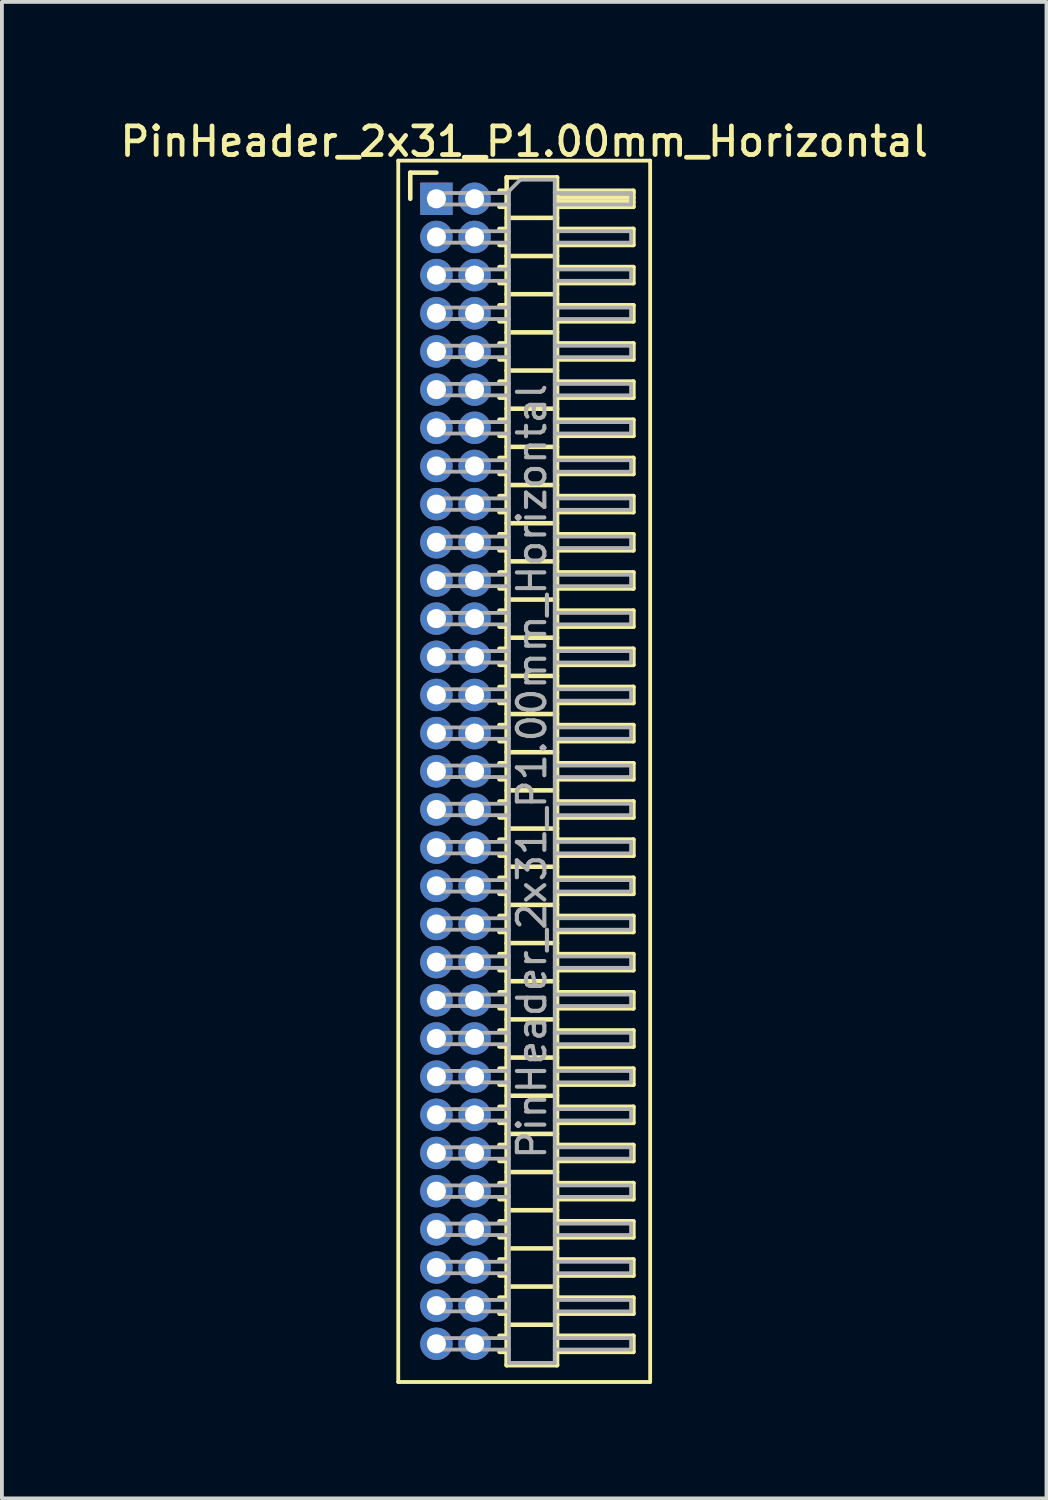
<source format=kicad_pcb>
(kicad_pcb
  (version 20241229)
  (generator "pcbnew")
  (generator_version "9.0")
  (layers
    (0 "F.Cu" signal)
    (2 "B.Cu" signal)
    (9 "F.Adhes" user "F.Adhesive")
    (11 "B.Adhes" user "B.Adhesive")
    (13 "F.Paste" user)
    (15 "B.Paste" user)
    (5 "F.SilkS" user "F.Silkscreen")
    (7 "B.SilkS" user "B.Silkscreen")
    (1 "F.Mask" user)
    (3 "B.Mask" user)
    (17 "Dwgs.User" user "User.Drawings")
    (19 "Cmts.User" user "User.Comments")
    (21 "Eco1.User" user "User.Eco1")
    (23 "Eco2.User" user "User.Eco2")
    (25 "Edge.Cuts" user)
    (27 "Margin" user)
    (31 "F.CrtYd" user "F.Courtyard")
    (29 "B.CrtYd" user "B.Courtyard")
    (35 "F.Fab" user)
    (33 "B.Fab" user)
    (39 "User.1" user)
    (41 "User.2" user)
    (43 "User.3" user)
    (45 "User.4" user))
  (footprint "PinHeader_2x31_P1.00mm_Horizontal"
    (layer "F.Cu")
    (at 8.384 2.158)
    (property "Reference" "PinHeader_2x31_P1.00mm_Horizontal" (at 2.3 -1.5 0) (layer "F.SilkS") (effects (font (size 0.75 0.75) (thickness 0.125))))
    (attr through_hole)
    (fp_line (start -1 -1) (end -1 31) (stroke (width 0.1) (type solid)) (layer "F.SilkS"))
    (fp_line (start -1 31) (end 5.6 31) (stroke (width 0.1) (type solid)) (layer "F.SilkS"))
    (fp_line (start -0.685 -0.685) (end 0 -0.685) (stroke (width 0.12) (type solid)) (layer "F.SilkS"))
    (fp_line (start -0.685 0) (end -0.685 -0.685) (stroke (width 0.12) (type solid)) (layer "F.SilkS"))
    (fp_line (start 1.652 -0.21) (end 1.84 -0.21) (stroke (width 0.12) (type solid)) (layer "F.SilkS"))
    (fp_line (start 1.652 0.21) (end 1.84 0.21) (stroke (width 0.12) (type solid)) (layer "F.SilkS"))
    (fp_line (start 1.652 0.79) (end 1.84 0.79) (stroke (width 0.12) (type solid)) (layer "F.SilkS"))
    (fp_line (start 1.652 1.21) (end 1.84 1.21) (stroke (width 0.12) (type solid)) (layer "F.SilkS"))
    (fp_line (start 1.652 1.79) (end 1.84 1.79) (stroke (width 0.12) (type solid)) (layer "F.SilkS"))
    (fp_line (start 1.652 2.21) (end 1.84 2.21) (stroke (width 0.12) (type solid)) (layer "F.SilkS"))
    (fp_line (start 1.652 2.79) (end 1.84 2.79) (stroke (width 0.12) (type solid)) (layer "F.SilkS"))
    (fp_line (start 1.652 3.21) (end 1.84 3.21) (stroke (width 0.12) (type solid)) (layer "F.SilkS"))
    (fp_line (start 1.652 3.79) (end 1.84 3.79) (stroke (width 0.12) (type solid)) (layer "F.SilkS"))
    (fp_line (start 1.652 4.21) (end 1.84 4.21) (stroke (width 0.12) (type solid)) (layer "F.SilkS"))
    (fp_line (start 1.652 4.79) (end 1.84 4.79) (stroke (width 0.12) (type solid)) (layer "F.SilkS"))
    (fp_line (start 1.652 5.21) (end 1.84 5.21) (stroke (width 0.12) (type solid)) (layer "F.SilkS"))
    (fp_line (start 1.652 5.79) (end 1.84 5.79) (stroke (width 0.12) (type solid)) (layer "F.SilkS"))
    (fp_line (start 1.652 6.21) (end 1.84 6.21) (stroke (width 0.12) (type solid)) (layer "F.SilkS"))
    (fp_line (start 1.652 6.79) (end 1.84 6.79) (stroke (width 0.12) (type solid)) (layer "F.SilkS"))
    (fp_line (start 1.652 7.21) (end 1.84 7.21) (stroke (width 0.12) (type solid)) (layer "F.SilkS"))
    (fp_line (start 1.652 7.79) (end 1.84 7.79) (stroke (width 0.12) (type solid)) (layer "F.SilkS"))
    (fp_line (start 1.652 8.21) (end 1.84 8.21) (stroke (width 0.12) (type solid)) (layer "F.SilkS"))
    (fp_line (start 1.652 8.79) (end 1.84 8.79) (stroke (width 0.12) (type solid)) (layer "F.SilkS"))
    (fp_line (start 1.652 9.21) (end 1.84 9.21) (stroke (width 0.12) (type solid)) (layer "F.SilkS"))
    (fp_line (start 1.652 9.79) (end 1.84 9.79) (stroke (width 0.12) (type solid)) (layer "F.SilkS"))
    (fp_line (start 1.652 10.21) (end 1.84 10.21) (stroke (width 0.12) (type solid)) (layer "F.SilkS"))
    (fp_line (start 1.652 10.79) (end 1.84 10.79) (stroke (width 0.12) (type solid)) (layer "F.SilkS"))
    (fp_line (start 1.652 11.21) (end 1.84 11.21) (stroke (width 0.12) (type solid)) (layer "F.SilkS"))
    (fp_line (start 1.652 11.79) (end 1.84 11.79) (stroke (width 0.12) (type solid)) (layer "F.SilkS"))
    (fp_line (start 1.652 12.21) (end 1.84 12.21) (stroke (width 0.12) (type solid)) (layer "F.SilkS"))
    (fp_line (start 1.652 12.79) (end 1.84 12.79) (stroke (width 0.12) (type solid)) (layer "F.SilkS"))
    (fp_line (start 1.652 13.21) (end 1.84 13.21) (stroke (width 0.12) (type solid)) (layer "F.SilkS"))
    (fp_line (start 1.652 13.79) (end 1.84 13.79) (stroke (width 0.12) (type solid)) (layer "F.SilkS"))
    (fp_line (start 1.652 14.21) (end 1.84 14.21) (stroke (width 0.12) (type solid)) (layer "F.SilkS"))
    (fp_line (start 1.652 14.79) (end 1.84 14.79) (stroke (width 0.12) (type solid)) (layer "F.SilkS"))
    (fp_line (start 1.652 15.21) (end 1.84 15.21) (stroke (width 0.12) (type solid)) (layer "F.SilkS"))
    (fp_line (start 1.652 15.79) (end 1.84 15.79) (stroke (width 0.12) (type solid)) (layer "F.SilkS"))
    (fp_line (start 1.652 16.21) (end 1.84 16.21) (stroke (width 0.12) (type solid)) (layer "F.SilkS"))
    (fp_line (start 1.652 16.79) (end 1.84 16.79) (stroke (width 0.12) (type solid)) (layer "F.SilkS"))
    (fp_line (start 1.652 17.21) (end 1.84 17.21) (stroke (width 0.12) (type solid)) (layer "F.SilkS"))
    (fp_line (start 1.652 17.79) (end 1.84 17.79) (stroke (width 0.12) (type solid)) (layer "F.SilkS"))
    (fp_line (start 1.652 18.21) (end 1.84 18.21) (stroke (width 0.12) (type solid)) (layer "F.SilkS"))
    (fp_line (start 1.652 18.79) (end 1.84 18.79) (stroke (width 0.12) (type solid)) (layer "F.SilkS"))
    (fp_line (start 1.652 19.21) (end 1.84 19.21) (stroke (width 0.12) (type solid)) (layer "F.SilkS"))
    (fp_line (start 1.652 19.79) (end 1.84 19.79) (stroke (width 0.12) (type solid)) (layer "F.SilkS"))
    (fp_line (start 1.652 20.21) (end 1.84 20.21) (stroke (width 0.12) (type solid)) (layer "F.SilkS"))
    (fp_line (start 1.652 20.79) (end 1.84 20.79) (stroke (width 0.12) (type solid)) (layer "F.SilkS"))
    (fp_line (start 1.652 21.21) (end 1.84 21.21) (stroke (width 0.12) (type solid)) (layer "F.SilkS"))
    (fp_line (start 1.652 21.79) (end 1.84 21.79) (stroke (width 0.12) (type solid)) (layer "F.SilkS"))
    (fp_line (start 1.652 22.21) (end 1.84 22.21) (stroke (width 0.12) (type solid)) (layer "F.SilkS"))
    (fp_line (start 1.652 22.79) (end 1.84 22.79) (stroke (width 0.12) (type solid)) (layer "F.SilkS"))
    (fp_line (start 1.652 23.21) (end 1.84 23.21) (stroke (width 0.12) (type solid)) (layer "F.SilkS"))
    (fp_line (start 1.652 23.79) (end 1.84 23.79) (stroke (width 0.12) (type solid)) (layer "F.SilkS"))
    (fp_line (start 1.652 24.21) (end 1.84 24.21) (stroke (width 0.12) (type solid)) (layer "F.SilkS"))
    (fp_line (start 1.652 24.79) (end 1.84 24.79) (stroke (width 0.12) (type solid)) (layer "F.SilkS"))
    (fp_line (start 1.652 25.21) (end 1.84 25.21) (stroke (width 0.12) (type solid)) (layer "F.SilkS"))
    (fp_line (start 1.652 25.79) (end 1.84 25.79) (stroke (width 0.12) (type solid)) (layer "F.SilkS"))
    (fp_line (start 1.652 26.21) (end 1.84 26.21) (stroke (width 0.12) (type solid)) (layer "F.SilkS"))
    (fp_line (start 1.652 26.79) (end 1.84 26.79) (stroke (width 0.12) (type solid)) (layer "F.SilkS"))
    (fp_line (start 1.652 27.21) (end 1.84 27.21) (stroke (width 0.12) (type solid)) (layer "F.SilkS"))
    (fp_line (start 1.652 27.79) (end 1.84 27.79) (stroke (width 0.12) (type solid)) (layer "F.SilkS"))
    (fp_line (start 1.652 28.21) (end 1.84 28.21) (stroke (width 0.12) (type solid)) (layer "F.SilkS"))
    (fp_line (start 1.652 28.79) (end 1.84 28.79) (stroke (width 0.12) (type solid)) (layer "F.SilkS"))
    (fp_line (start 1.652 29.21) (end 1.84 29.21) (stroke (width 0.12) (type solid)) (layer "F.SilkS"))
    (fp_line (start 1.652 29.79) (end 1.84 29.79) (stroke (width 0.12) (type solid)) (layer "F.SilkS"))
    (fp_line (start 1.652 30.21) (end 1.84 30.21) (stroke (width 0.12) (type solid)) (layer "F.SilkS"))
    (fp_line (start 1.84 -0.56) (end 1.84 30.56) (stroke (width 0.12) (type solid)) (layer "F.SilkS"))
    (fp_line (start 1.84 0.5) (end 3.16 0.5) (stroke (width 0.12) (type solid)) (layer "F.SilkS"))
    (fp_line (start 1.84 1.5) (end 3.16 1.5) (stroke (width 0.12) (type solid)) (layer "F.SilkS"))
    (fp_line (start 1.84 2.5) (end 3.16 2.5) (stroke (width 0.12) (type solid)) (layer "F.SilkS"))
    (fp_line (start 1.84 3.5) (end 3.16 3.5) (stroke (width 0.12) (type solid)) (layer "F.SilkS"))
    (fp_line (start 1.84 4.5) (end 3.16 4.5) (stroke (width 0.12) (type solid)) (layer "F.SilkS"))
    (fp_line (start 1.84 5.5) (end 3.16 5.5) (stroke (width 0.12) (type solid)) (layer "F.SilkS"))
    (fp_line (start 1.84 6.5) (end 3.16 6.5) (stroke (width 0.12) (type solid)) (layer "F.SilkS"))
    (fp_line (start 1.84 7.5) (end 3.16 7.5) (stroke (width 0.12) (type solid)) (layer "F.SilkS"))
    (fp_line (start 1.84 8.5) (end 3.16 8.5) (stroke (width 0.12) (type solid)) (layer "F.SilkS"))
    (fp_line (start 1.84 9.5) (end 3.16 9.5) (stroke (width 0.12) (type solid)) (layer "F.SilkS"))
    (fp_line (start 1.84 10.5) (end 3.16 10.5) (stroke (width 0.12) (type solid)) (layer "F.SilkS"))
    (fp_line (start 1.84 11.5) (end 3.16 11.5) (stroke (width 0.12) (type solid)) (layer "F.SilkS"))
    (fp_line (start 1.84 12.5) (end 3.16 12.5) (stroke (width 0.12) (type solid)) (layer "F.SilkS"))
    (fp_line (start 1.84 13.5) (end 3.16 13.5) (stroke (width 0.12) (type solid)) (layer "F.SilkS"))
    (fp_line (start 1.84 14.5) (end 3.16 14.5) (stroke (width 0.12) (type solid)) (layer "F.SilkS"))
    (fp_line (start 1.84 15.5) (end 3.16 15.5) (stroke (width 0.12) (type solid)) (layer "F.SilkS"))
    (fp_line (start 1.84 16.5) (end 3.16 16.5) (stroke (width 0.12) (type solid)) (layer "F.SilkS"))
    (fp_line (start 1.84 17.5) (end 3.16 17.5) (stroke (width 0.12) (type solid)) (layer "F.SilkS"))
    (fp_line (start 1.84 18.5) (end 3.16 18.5) (stroke (width 0.12) (type solid)) (layer "F.SilkS"))
    (fp_line (start 1.84 19.5) (end 3.16 19.5) (stroke (width 0.12) (type solid)) (layer "F.SilkS"))
    (fp_line (start 1.84 20.5) (end 3.16 20.5) (stroke (width 0.12) (type solid)) (layer "F.SilkS"))
    (fp_line (start 1.84 21.5) (end 3.16 21.5) (stroke (width 0.12) (type solid)) (layer "F.SilkS"))
    (fp_line (start 1.84 22.5) (end 3.16 22.5) (stroke (width 0.12) (type solid)) (layer "F.SilkS"))
    (fp_line (start 1.84 23.5) (end 3.16 23.5) (stroke (width 0.12) (type solid)) (layer "F.SilkS"))
    (fp_line (start 1.84 24.5) (end 3.16 24.5) (stroke (width 0.12) (type solid)) (layer "F.SilkS"))
    (fp_line (start 1.84 25.5) (end 3.16 25.5) (stroke (width 0.12) (type solid)) (layer "F.SilkS"))
    (fp_line (start 1.84 26.5) (end 3.16 26.5) (stroke (width 0.12) (type solid)) (layer "F.SilkS"))
    (fp_line (start 1.84 27.5) (end 3.16 27.5) (stroke (width 0.12) (type solid)) (layer "F.SilkS"))
    (fp_line (start 1.84 28.5) (end 3.16 28.5) (stroke (width 0.12) (type solid)) (layer "F.SilkS"))
    (fp_line (start 1.84 29.5) (end 3.16 29.5) (stroke (width 0.12) (type solid)) (layer "F.SilkS"))
    (fp_line (start 1.84 30.56) (end 3.16 30.56) (stroke (width 0.12) (type solid)) (layer "F.SilkS"))
    (fp_line (start 3.16 -0.56) (end 1.84 -0.56) (stroke (width 0.12) (type solid)) (layer "F.SilkS"))
    (fp_line (start 3.16 -0.21) (end 5.16 -0.21) (stroke (width 0.12) (type solid)) (layer "F.SilkS"))
    (fp_line (start 3.16 -0.15) (end 5.16 -0.15) (stroke (width 0.12) (type solid)) (layer "F.SilkS"))
    (fp_line (start 3.16 -0.03) (end 5.16 -0.03) (stroke (width 0.12) (type solid)) (layer "F.SilkS"))
    (fp_line (start 3.16 0.09) (end 5.16 0.09) (stroke (width 0.12) (type solid)) (layer "F.SilkS"))
    (fp_line (start 3.16 0.79) (end 5.16 0.79) (stroke (width 0.12) (type solid)) (layer "F.SilkS"))
    (fp_line (start 3.16 1.79) (end 5.16 1.79) (stroke (width 0.12) (type solid)) (layer "F.SilkS"))
    (fp_line (start 3.16 2.79) (end 5.16 2.79) (stroke (width 0.12) (type solid)) (layer "F.SilkS"))
    (fp_line (start 3.16 3.79) (end 5.16 3.79) (stroke (width 0.12) (type solid)) (layer "F.SilkS"))
    (fp_line (start 3.16 4.79) (end 5.16 4.79) (stroke (width 0.12) (type solid)) (layer "F.SilkS"))
    (fp_line (start 3.16 5.79) (end 5.16 5.79) (stroke (width 0.12) (type solid)) (layer "F.SilkS"))
    (fp_line (start 3.16 6.79) (end 5.16 6.79) (stroke (width 0.12) (type solid)) (layer "F.SilkS"))
    (fp_line (start 3.16 7.79) (end 5.16 7.79) (stroke (width 0.12) (type solid)) (layer "F.SilkS"))
    (fp_line (start 3.16 8.79) (end 5.16 8.79) (stroke (width 0.12) (type solid)) (layer "F.SilkS"))
    (fp_line (start 3.16 9.79) (end 5.16 9.79) (stroke (width 0.12) (type solid)) (layer "F.SilkS"))
    (fp_line (start 3.16 10.79) (end 5.16 10.79) (stroke (width 0.12) (type solid)) (layer "F.SilkS"))
    (fp_line (start 3.16 11.79) (end 5.16 11.79) (stroke (width 0.12) (type solid)) (layer "F.SilkS"))
    (fp_line (start 3.16 12.79) (end 5.16 12.79) (stroke (width 0.12) (type solid)) (layer "F.SilkS"))
    (fp_line (start 3.16 13.79) (end 5.16 13.79) (stroke (width 0.12) (type solid)) (layer "F.SilkS"))
    (fp_line (start 3.16 14.79) (end 5.16 14.79) (stroke (width 0.12) (type solid)) (layer "F.SilkS"))
    (fp_line (start 3.16 15.79) (end 5.16 15.79) (stroke (width 0.12) (type solid)) (layer "F.SilkS"))
    (fp_line (start 3.16 16.79) (end 5.16 16.79) (stroke (width 0.12) (type solid)) (layer "F.SilkS"))
    (fp_line (start 3.16 17.79) (end 5.16 17.79) (stroke (width 0.12) (type solid)) (layer "F.SilkS"))
    (fp_line (start 3.16 18.79) (end 5.16 18.79) (stroke (width 0.12) (type solid)) (layer "F.SilkS"))
    (fp_line (start 3.16 19.79) (end 5.16 19.79) (stroke (width 0.12) (type solid)) (layer "F.SilkS"))
    (fp_line (start 3.16 20.79) (end 5.16 20.79) (stroke (width 0.12) (type solid)) (layer "F.SilkS"))
    (fp_line (start 3.16 21.79) (end 5.16 21.79) (stroke (width 0.12) (type solid)) (layer "F.SilkS"))
    (fp_line (start 3.16 22.79) (end 5.16 22.79) (stroke (width 0.12) (type solid)) (layer "F.SilkS"))
    (fp_line (start 3.16 23.79) (end 5.16 23.79) (stroke (width 0.12) (type solid)) (layer "F.SilkS"))
    (fp_line (start 3.16 24.79) (end 5.16 24.79) (stroke (width 0.12) (type solid)) (layer "F.SilkS"))
    (fp_line (start 3.16 25.79) (end 5.16 25.79) (stroke (width 0.12) (type solid)) (layer "F.SilkS"))
    (fp_line (start 3.16 26.79) (end 5.16 26.79) (stroke (width 0.12) (type solid)) (layer "F.SilkS"))
    (fp_line (start 3.16 27.79) (end 5.16 27.79) (stroke (width 0.12) (type solid)) (layer "F.SilkS"))
    (fp_line (start 3.16 28.79) (end 5.16 28.79) (stroke (width 0.12) (type solid)) (layer "F.SilkS"))
    (fp_line (start 3.16 29.79) (end 5.16 29.79) (stroke (width 0.12) (type solid)) (layer "F.SilkS"))
    (fp_line (start 3.16 30.56) (end 3.16 -0.56) (stroke (width 0.12) (type solid)) (layer "F.SilkS"))
    (fp_line (start 5.16 -0.21) (end 5.16 0.21) (stroke (width 0.12) (type solid)) (layer "F.SilkS"))
    (fp_line (start 5.16 0.21) (end 3.16 0.21) (stroke (width 0.12) (type solid)) (layer "F.SilkS"))
    (fp_line (start 5.16 0.79) (end 5.16 1.21) (stroke (width 0.12) (type solid)) (layer "F.SilkS"))
    (fp_line (start 5.16 1.21) (end 3.16 1.21) (stroke (width 0.12) (type solid)) (layer "F.SilkS"))
    (fp_line (start 5.16 1.79) (end 5.16 2.21) (stroke (width 0.12) (type solid)) (layer "F.SilkS"))
    (fp_line (start 5.16 2.21) (end 3.16 2.21) (stroke (width 0.12) (type solid)) (layer "F.SilkS"))
    (fp_line (start 5.16 2.79) (end 5.16 3.21) (stroke (width 0.12) (type solid)) (layer "F.SilkS"))
    (fp_line (start 5.16 3.21) (end 3.16 3.21) (stroke (width 0.12) (type solid)) (layer "F.SilkS"))
    (fp_line (start 5.16 3.79) (end 5.16 4.21) (stroke (width 0.12) (type solid)) (layer "F.SilkS"))
    (fp_line (start 5.16 4.21) (end 3.16 4.21) (stroke (width 0.12) (type solid)) (layer "F.SilkS"))
    (fp_line (start 5.16 4.79) (end 5.16 5.21) (stroke (width 0.12) (type solid)) (layer "F.SilkS"))
    (fp_line (start 5.16 5.21) (end 3.16 5.21) (stroke (width 0.12) (type solid)) (layer "F.SilkS"))
    (fp_line (start 5.16 5.79) (end 5.16 6.21) (stroke (width 0.12) (type solid)) (layer "F.SilkS"))
    (fp_line (start 5.16 6.21) (end 3.16 6.21) (stroke (width 0.12) (type solid)) (layer "F.SilkS"))
    (fp_line (start 5.16 6.79) (end 5.16 7.21) (stroke (width 0.12) (type solid)) (layer "F.SilkS"))
    (fp_line (start 5.16 7.21) (end 3.16 7.21) (stroke (width 0.12) (type solid)) (layer "F.SilkS"))
    (fp_line (start 5.16 7.79) (end 5.16 8.21) (stroke (width 0.12) (type solid)) (layer "F.SilkS"))
    (fp_line (start 5.16 8.21) (end 3.16 8.21) (stroke (width 0.12) (type solid)) (layer "F.SilkS"))
    (fp_line (start 5.16 8.79) (end 5.16 9.21) (stroke (width 0.12) (type solid)) (layer "F.SilkS"))
    (fp_line (start 5.16 9.21) (end 3.16 9.21) (stroke (width 0.12) (type solid)) (layer "F.SilkS"))
    (fp_line (start 5.16 9.79) (end 5.16 10.21) (stroke (width 0.12) (type solid)) (layer "F.SilkS"))
    (fp_line (start 5.16 10.21) (end 3.16 10.21) (stroke (width 0.12) (type solid)) (layer "F.SilkS"))
    (fp_line (start 5.16 10.79) (end 5.16 11.21) (stroke (width 0.12) (type solid)) (layer "F.SilkS"))
    (fp_line (start 5.16 11.21) (end 3.16 11.21) (stroke (width 0.12) (type solid)) (layer "F.SilkS"))
    (fp_line (start 5.16 11.79) (end 5.16 12.21) (stroke (width 0.12) (type solid)) (layer "F.SilkS"))
    (fp_line (start 5.16 12.21) (end 3.16 12.21) (stroke (width 0.12) (type solid)) (layer "F.SilkS"))
    (fp_line (start 5.16 12.79) (end 5.16 13.21) (stroke (width 0.12) (type solid)) (layer "F.SilkS"))
    (fp_line (start 5.16 13.21) (end 3.16 13.21) (stroke (width 0.12) (type solid)) (layer "F.SilkS"))
    (fp_line (start 5.16 13.79) (end 5.16 14.21) (stroke (width 0.12) (type solid)) (layer "F.SilkS"))
    (fp_line (start 5.16 14.21) (end 3.16 14.21) (stroke (width 0.12) (type solid)) (layer "F.SilkS"))
    (fp_line (start 5.16 14.79) (end 5.16 15.21) (stroke (width 0.12) (type solid)) (layer "F.SilkS"))
    (fp_line (start 5.16 15.21) (end 3.16 15.21) (stroke (width 0.12) (type solid)) (layer "F.SilkS"))
    (fp_line (start 5.16 15.79) (end 5.16 16.21) (stroke (width 0.12) (type solid)) (layer "F.SilkS"))
    (fp_line (start 5.16 16.21) (end 3.16 16.21) (stroke (width 0.12) (type solid)) (layer "F.SilkS"))
    (fp_line (start 5.16 16.79) (end 5.16 17.21) (stroke (width 0.12) (type solid)) (layer "F.SilkS"))
    (fp_line (start 5.16 17.21) (end 3.16 17.21) (stroke (width 0.12) (type solid)) (layer "F.SilkS"))
    (fp_line (start 5.16 17.79) (end 5.16 18.21) (stroke (width 0.12) (type solid)) (layer "F.SilkS"))
    (fp_line (start 5.16 18.21) (end 3.16 18.21) (stroke (width 0.12) (type solid)) (layer "F.SilkS"))
    (fp_line (start 5.16 18.79) (end 5.16 19.21) (stroke (width 0.12) (type solid)) (layer "F.SilkS"))
    (fp_line (start 5.16 19.21) (end 3.16 19.21) (stroke (width 0.12) (type solid)) (layer "F.SilkS"))
    (fp_line (start 5.16 19.79) (end 5.16 20.21) (stroke (width 0.12) (type solid)) (layer "F.SilkS"))
    (fp_line (start 5.16 20.21) (end 3.16 20.21) (stroke (width 0.12) (type solid)) (layer "F.SilkS"))
    (fp_line (start 5.16 20.79) (end 5.16 21.21) (stroke (width 0.12) (type solid)) (layer "F.SilkS"))
    (fp_line (start 5.16 21.21) (end 3.16 21.21) (stroke (width 0.12) (type solid)) (layer "F.SilkS"))
    (fp_line (start 5.16 21.79) (end 5.16 22.21) (stroke (width 0.12) (type solid)) (layer "F.SilkS"))
    (fp_line (start 5.16 22.21) (end 3.16 22.21) (stroke (width 0.12) (type solid)) (layer "F.SilkS"))
    (fp_line (start 5.16 22.79) (end 5.16 23.21) (stroke (width 0.12) (type solid)) (layer "F.SilkS"))
    (fp_line (start 5.16 23.21) (end 3.16 23.21) (stroke (width 0.12) (type solid)) (layer "F.SilkS"))
    (fp_line (start 5.16 23.79) (end 5.16 24.21) (stroke (width 0.12) (type solid)) (layer "F.SilkS"))
    (fp_line (start 5.16 24.21) (end 3.16 24.21) (stroke (width 0.12) (type solid)) (layer "F.SilkS"))
    (fp_line (start 5.16 24.79) (end 5.16 25.21) (stroke (width 0.12) (type solid)) (layer "F.SilkS"))
    (fp_line (start 5.16 25.21) (end 3.16 25.21) (stroke (width 0.12) (type solid)) (layer "F.SilkS"))
    (fp_line (start 5.16 25.79) (end 5.16 26.21) (stroke (width 0.12) (type solid)) (layer "F.SilkS"))
    (fp_line (start 5.16 26.21) (end 3.16 26.21) (stroke (width 0.12) (type solid)) (layer "F.SilkS"))
    (fp_line (start 5.16 26.79) (end 5.16 27.21) (stroke (width 0.12) (type solid)) (layer "F.SilkS"))
    (fp_line (start 5.16 27.21) (end 3.16 27.21) (stroke (width 0.12) (type solid)) (layer "F.SilkS"))
    (fp_line (start 5.16 27.79) (end 5.16 28.21) (stroke (width 0.12) (type solid)) (layer "F.SilkS"))
    (fp_line (start 5.16 28.21) (end 3.16 28.21) (stroke (width 0.12) (type solid)) (layer "F.SilkS"))
    (fp_line (start 5.16 28.79) (end 5.16 29.21) (stroke (width 0.12) (type solid)) (layer "F.SilkS"))
    (fp_line (start 5.16 29.21) (end 3.16 29.21) (stroke (width 0.12) (type solid)) (layer "F.SilkS"))
    (fp_line (start 5.16 29.79) (end 5.16 30.21) (stroke (width 0.12) (type solid)) (layer "F.SilkS"))
    (fp_line (start 5.16 30.21) (end 3.16 30.21) (stroke (width 0.12) (type solid)) (layer "F.SilkS"))
    (fp_line (start 5.6 -1) (end -1 -1) (stroke (width 0.1) (type solid)) (layer "F.SilkS"))
    (fp_line (start 5.6 31) (end 5.6 -1) (stroke (width 0.1) (type solid)) (layer "F.SilkS"))
    (fp_line (start -0.15 -0.15) (end -0.15 0.15) (stroke (width 0.1) (type solid)) (layer "F.Fab"))
    (fp_line (start -0.15 -0.15) (end 1.9 -0.15) (stroke (width 0.1) (type solid)) (layer "F.Fab"))
    (fp_line (start -0.15 0.15) (end 1.9 0.15) (stroke (width 0.1) (type solid)) (layer "F.Fab"))
    (fp_line (start -0.15 0.85) (end -0.15 1.15) (stroke (width 0.1) (type solid)) (layer "F.Fab"))
    (fp_line (start -0.15 0.85) (end 1.9 0.85) (stroke (width 0.1) (type solid)) (layer "F.Fab"))
    (fp_line (start -0.15 1.15) (end 1.9 1.15) (stroke (width 0.1) (type solid)) (layer "F.Fab"))
    (fp_line (start -0.15 1.85) (end -0.15 2.15) (stroke (width 0.1) (type solid)) (layer "F.Fab"))
    (fp_line (start -0.15 1.85) (end 1.9 1.85) (stroke (width 0.1) (type solid)) (layer "F.Fab"))
    (fp_line (start -0.15 2.15) (end 1.9 2.15) (stroke (width 0.1) (type solid)) (layer "F.Fab"))
    (fp_line (start -0.15 2.85) (end -0.15 3.15) (stroke (width 0.1) (type solid)) (layer "F.Fab"))
    (fp_line (start -0.15 2.85) (end 1.9 2.85) (stroke (width 0.1) (type solid)) (layer "F.Fab"))
    (fp_line (start -0.15 3.15) (end 1.9 3.15) (stroke (width 0.1) (type solid)) (layer "F.Fab"))
    (fp_line (start -0.15 3.85) (end -0.15 4.15) (stroke (width 0.1) (type solid)) (layer "F.Fab"))
    (fp_line (start -0.15 3.85) (end 1.9 3.85) (stroke (width 0.1) (type solid)) (layer "F.Fab"))
    (fp_line (start -0.15 4.15) (end 1.9 4.15) (stroke (width 0.1) (type solid)) (layer "F.Fab"))
    (fp_line (start -0.15 4.85) (end -0.15 5.15) (stroke (width 0.1) (type solid)) (layer "F.Fab"))
    (fp_line (start -0.15 4.85) (end 1.9 4.85) (stroke (width 0.1) (type solid)) (layer "F.Fab"))
    (fp_line (start -0.15 5.15) (end 1.9 5.15) (stroke (width 0.1) (type solid)) (layer "F.Fab"))
    (fp_line (start -0.15 5.85) (end -0.15 6.15) (stroke (width 0.1) (type solid)) (layer "F.Fab"))
    (fp_line (start -0.15 5.85) (end 1.9 5.85) (stroke (width 0.1) (type solid)) (layer "F.Fab"))
    (fp_line (start -0.15 6.15) (end 1.9 6.15) (stroke (width 0.1) (type solid)) (layer "F.Fab"))
    (fp_line (start -0.15 6.85) (end -0.15 7.15) (stroke (width 0.1) (type solid)) (layer "F.Fab"))
    (fp_line (start -0.15 6.85) (end 1.9 6.85) (stroke (width 0.1) (type solid)) (layer "F.Fab"))
    (fp_line (start -0.15 7.15) (end 1.9 7.15) (stroke (width 0.1) (type solid)) (layer "F.Fab"))
    (fp_line (start -0.15 7.85) (end -0.15 8.15) (stroke (width 0.1) (type solid)) (layer "F.Fab"))
    (fp_line (start -0.15 7.85) (end 1.9 7.85) (stroke (width 0.1) (type solid)) (layer "F.Fab"))
    (fp_line (start -0.15 8.15) (end 1.9 8.15) (stroke (width 0.1) (type solid)) (layer "F.Fab"))
    (fp_line (start -0.15 8.85) (end -0.15 9.15) (stroke (width 0.1) (type solid)) (layer "F.Fab"))
    (fp_line (start -0.15 8.85) (end 1.9 8.85) (stroke (width 0.1) (type solid)) (layer "F.Fab"))
    (fp_line (start -0.15 9.15) (end 1.9 9.15) (stroke (width 0.1) (type solid)) (layer "F.Fab"))
    (fp_line (start -0.15 9.85) (end -0.15 10.15) (stroke (width 0.1) (type solid)) (layer "F.Fab"))
    (fp_line (start -0.15 9.85) (end 1.9 9.85) (stroke (width 0.1) (type solid)) (layer "F.Fab"))
    (fp_line (start -0.15 10.15) (end 1.9 10.15) (stroke (width 0.1) (type solid)) (layer "F.Fab"))
    (fp_line (start -0.15 10.85) (end -0.15 11.15) (stroke (width 0.1) (type solid)) (layer "F.Fab"))
    (fp_line (start -0.15 10.85) (end 1.9 10.85) (stroke (width 0.1) (type solid)) (layer "F.Fab"))
    (fp_line (start -0.15 11.15) (end 1.9 11.15) (stroke (width 0.1) (type solid)) (layer "F.Fab"))
    (fp_line (start -0.15 11.85) (end -0.15 12.15) (stroke (width 0.1) (type solid)) (layer "F.Fab"))
    (fp_line (start -0.15 11.85) (end 1.9 11.85) (stroke (width 0.1) (type solid)) (layer "F.Fab"))
    (fp_line (start -0.15 12.15) (end 1.9 12.15) (stroke (width 0.1) (type solid)) (layer "F.Fab"))
    (fp_line (start -0.15 12.85) (end -0.15 13.15) (stroke (width 0.1) (type solid)) (layer "F.Fab"))
    (fp_line (start -0.15 12.85) (end 1.9 12.85) (stroke (width 0.1) (type solid)) (layer "F.Fab"))
    (fp_line (start -0.15 13.15) (end 1.9 13.15) (stroke (width 0.1) (type solid)) (layer "F.Fab"))
    (fp_line (start -0.15 13.85) (end -0.15 14.15) (stroke (width 0.1) (type solid)) (layer "F.Fab"))
    (fp_line (start -0.15 13.85) (end 1.9 13.85) (stroke (width 0.1) (type solid)) (layer "F.Fab"))
    (fp_line (start -0.15 14.15) (end 1.9 14.15) (stroke (width 0.1) (type solid)) (layer "F.Fab"))
    (fp_line (start -0.15 14.85) (end -0.15 15.15) (stroke (width 0.1) (type solid)) (layer "F.Fab"))
    (fp_line (start -0.15 14.85) (end 1.9 14.85) (stroke (width 0.1) (type solid)) (layer "F.Fab"))
    (fp_line (start -0.15 15.15) (end 1.9 15.15) (stroke (width 0.1) (type solid)) (layer "F.Fab"))
    (fp_line (start -0.15 15.85) (end -0.15 16.15) (stroke (width 0.1) (type solid)) (layer "F.Fab"))
    (fp_line (start -0.15 15.85) (end 1.9 15.85) (stroke (width 0.1) (type solid)) (layer "F.Fab"))
    (fp_line (start -0.15 16.15) (end 1.9 16.15) (stroke (width 0.1) (type solid)) (layer "F.Fab"))
    (fp_line (start -0.15 16.85) (end -0.15 17.15) (stroke (width 0.1) (type solid)) (layer "F.Fab"))
    (fp_line (start -0.15 16.85) (end 1.9 16.85) (stroke (width 0.1) (type solid)) (layer "F.Fab"))
    (fp_line (start -0.15 17.15) (end 1.9 17.15) (stroke (width 0.1) (type solid)) (layer "F.Fab"))
    (fp_line (start -0.15 17.85) (end -0.15 18.15) (stroke (width 0.1) (type solid)) (layer "F.Fab"))
    (fp_line (start -0.15 17.85) (end 1.9 17.85) (stroke (width 0.1) (type solid)) (layer "F.Fab"))
    (fp_line (start -0.15 18.15) (end 1.9 18.15) (stroke (width 0.1) (type solid)) (layer "F.Fab"))
    (fp_line (start -0.15 18.85) (end -0.15 19.15) (stroke (width 0.1) (type solid)) (layer "F.Fab"))
    (fp_line (start -0.15 18.85) (end 1.9 18.85) (stroke (width 0.1) (type solid)) (layer "F.Fab"))
    (fp_line (start -0.15 19.15) (end 1.9 19.15) (stroke (width 0.1) (type solid)) (layer "F.Fab"))
    (fp_line (start -0.15 19.85) (end -0.15 20.15) (stroke (width 0.1) (type solid)) (layer "F.Fab"))
    (fp_line (start -0.15 19.85) (end 1.9 19.85) (stroke (width 0.1) (type solid)) (layer "F.Fab"))
    (fp_line (start -0.15 20.15) (end 1.9 20.15) (stroke (width 0.1) (type solid)) (layer "F.Fab"))
    (fp_line (start -0.15 20.85) (end -0.15 21.15) (stroke (width 0.1) (type solid)) (layer "F.Fab"))
    (fp_line (start -0.15 20.85) (end 1.9 20.85) (stroke (width 0.1) (type solid)) (layer "F.Fab"))
    (fp_line (start -0.15 21.15) (end 1.9 21.15) (stroke (width 0.1) (type solid)) (layer "F.Fab"))
    (fp_line (start -0.15 21.85) (end -0.15 22.15) (stroke (width 0.1) (type solid)) (layer "F.Fab"))
    (fp_line (start -0.15 21.85) (end 1.9 21.85) (stroke (width 0.1) (type solid)) (layer "F.Fab"))
    (fp_line (start -0.15 22.15) (end 1.9 22.15) (stroke (width 0.1) (type solid)) (layer "F.Fab"))
    (fp_line (start -0.15 22.85) (end -0.15 23.15) (stroke (width 0.1) (type solid)) (layer "F.Fab"))
    (fp_line (start -0.15 22.85) (end 1.9 22.85) (stroke (width 0.1) (type solid)) (layer "F.Fab"))
    (fp_line (start -0.15 23.15) (end 1.9 23.15) (stroke (width 0.1) (type solid)) (layer "F.Fab"))
    (fp_line (start -0.15 23.85) (end -0.15 24.15) (stroke (width 0.1) (type solid)) (layer "F.Fab"))
    (fp_line (start -0.15 23.85) (end 1.9 23.85) (stroke (width 0.1) (type solid)) (layer "F.Fab"))
    (fp_line (start -0.15 24.15) (end 1.9 24.15) (stroke (width 0.1) (type solid)) (layer "F.Fab"))
    (fp_line (start -0.15 24.85) (end -0.15 25.15) (stroke (width 0.1) (type solid)) (layer "F.Fab"))
    (fp_line (start -0.15 24.85) (end 1.9 24.85) (stroke (width 0.1) (type solid)) (layer "F.Fab"))
    (fp_line (start -0.15 25.15) (end 1.9 25.15) (stroke (width 0.1) (type solid)) (layer "F.Fab"))
    (fp_line (start -0.15 25.85) (end -0.15 26.15) (stroke (width 0.1) (type solid)) (layer "F.Fab"))
    (fp_line (start -0.15 25.85) (end 1.9 25.85) (stroke (width 0.1) (type solid)) (layer "F.Fab"))
    (fp_line (start -0.15 26.15) (end 1.9 26.15) (stroke (width 0.1) (type solid)) (layer "F.Fab"))
    (fp_line (start -0.15 26.85) (end -0.15 27.15) (stroke (width 0.1) (type solid)) (layer "F.Fab"))
    (fp_line (start -0.15 26.85) (end 1.9 26.85) (stroke (width 0.1) (type solid)) (layer "F.Fab"))
    (fp_line (start -0.15 27.15) (end 1.9 27.15) (stroke (width 0.1) (type solid)) (layer "F.Fab"))
    (fp_line (start -0.15 27.85) (end -0.15 28.15) (stroke (width 0.1) (type solid)) (layer "F.Fab"))
    (fp_line (start -0.15 27.85) (end 1.9 27.85) (stroke (width 0.1) (type solid)) (layer "F.Fab"))
    (fp_line (start -0.15 28.15) (end 1.9 28.15) (stroke (width 0.1) (type solid)) (layer "F.Fab"))
    (fp_line (start -0.15 28.85) (end -0.15 29.15) (stroke (width 0.1) (type solid)) (layer "F.Fab"))
    (fp_line (start -0.15 28.85) (end 1.9 28.85) (stroke (width 0.1) (type solid)) (layer "F.Fab"))
    (fp_line (start -0.15 29.15) (end 1.9 29.15) (stroke (width 0.1) (type solid)) (layer "F.Fab"))
    (fp_line (start -0.15 29.85) (end -0.15 30.15) (stroke (width 0.1) (type solid)) (layer "F.Fab"))
    (fp_line (start -0.15 29.85) (end 1.9 29.85) (stroke (width 0.1) (type solid)) (layer "F.Fab"))
    (fp_line (start -0.15 30.15) (end 1.9 30.15) (stroke (width 0.1) (type solid)) (layer "F.Fab"))
    (fp_line (start 1.9 -0.2) (end 2.2 -0.5) (stroke (width 0.1) (type solid)) (layer "F.Fab"))
    (fp_line (start 1.9 30.5) (end 1.9 -0.2) (stroke (width 0.1) (type solid)) (layer "F.Fab"))
    (fp_line (start 2.2 -0.5) (end 3.1 -0.5) (stroke (width 0.1) (type solid)) (layer "F.Fab"))
    (fp_line (start 3.1 -0.5) (end 3.1 30.5) (stroke (width 0.1) (type solid)) (layer "F.Fab"))
    (fp_line (start 3.1 -0.15) (end 5.1 -0.15) (stroke (width 0.1) (type solid)) (layer "F.Fab"))
    (fp_line (start 3.1 0.15) (end 5.1 0.15) (stroke (width 0.1) (type solid)) (layer "F.Fab"))
    (fp_line (start 3.1 0.85) (end 5.1 0.85) (stroke (width 0.1) (type solid)) (layer "F.Fab"))
    (fp_line (start 3.1 1.15) (end 5.1 1.15) (stroke (width 0.1) (type solid)) (layer "F.Fab"))
    (fp_line (start 3.1 1.85) (end 5.1 1.85) (stroke (width 0.1) (type solid)) (layer "F.Fab"))
    (fp_line (start 3.1 2.15) (end 5.1 2.15) (stroke (width 0.1) (type solid)) (layer "F.Fab"))
    (fp_line (start 3.1 2.85) (end 5.1 2.85) (stroke (width 0.1) (type solid)) (layer "F.Fab"))
    (fp_line (start 3.1 3.15) (end 5.1 3.15) (stroke (width 0.1) (type solid)) (layer "F.Fab"))
    (fp_line (start 3.1 3.85) (end 5.1 3.85) (stroke (width 0.1) (type solid)) (layer "F.Fab"))
    (fp_line (start 3.1 4.15) (end 5.1 4.15) (stroke (width 0.1) (type solid)) (layer "F.Fab"))
    (fp_line (start 3.1 4.85) (end 5.1 4.85) (stroke (width 0.1) (type solid)) (layer "F.Fab"))
    (fp_line (start 3.1 5.15) (end 5.1 5.15) (stroke (width 0.1) (type solid)) (layer "F.Fab"))
    (fp_line (start 3.1 5.85) (end 5.1 5.85) (stroke (width 0.1) (type solid)) (layer "F.Fab"))
    (fp_line (start 3.1 6.15) (end 5.1 6.15) (stroke (width 0.1) (type solid)) (layer "F.Fab"))
    (fp_line (start 3.1 6.85) (end 5.1 6.85) (stroke (width 0.1) (type solid)) (layer "F.Fab"))
    (fp_line (start 3.1 7.15) (end 5.1 7.15) (stroke (width 0.1) (type solid)) (layer "F.Fab"))
    (fp_line (start 3.1 7.85) (end 5.1 7.85) (stroke (width 0.1) (type solid)) (layer "F.Fab"))
    (fp_line (start 3.1 8.15) (end 5.1 8.15) (stroke (width 0.1) (type solid)) (layer "F.Fab"))
    (fp_line (start 3.1 8.85) (end 5.1 8.85) (stroke (width 0.1) (type solid)) (layer "F.Fab"))
    (fp_line (start 3.1 9.15) (end 5.1 9.15) (stroke (width 0.1) (type solid)) (layer "F.Fab"))
    (fp_line (start 3.1 9.85) (end 5.1 9.85) (stroke (width 0.1) (type solid)) (layer "F.Fab"))
    (fp_line (start 3.1 10.15) (end 5.1 10.15) (stroke (width 0.1) (type solid)) (layer "F.Fab"))
    (fp_line (start 3.1 10.85) (end 5.1 10.85) (stroke (width 0.1) (type solid)) (layer "F.Fab"))
    (fp_line (start 3.1 11.15) (end 5.1 11.15) (stroke (width 0.1) (type solid)) (layer "F.Fab"))
    (fp_line (start 3.1 11.85) (end 5.1 11.85) (stroke (width 0.1) (type solid)) (layer "F.Fab"))
    (fp_line (start 3.1 12.15) (end 5.1 12.15) (stroke (width 0.1) (type solid)) (layer "F.Fab"))
    (fp_line (start 3.1 12.85) (end 5.1 12.85) (stroke (width 0.1) (type solid)) (layer "F.Fab"))
    (fp_line (start 3.1 13.15) (end 5.1 13.15) (stroke (width 0.1) (type solid)) (layer "F.Fab"))
    (fp_line (start 3.1 13.85) (end 5.1 13.85) (stroke (width 0.1) (type solid)) (layer "F.Fab"))
    (fp_line (start 3.1 14.15) (end 5.1 14.15) (stroke (width 0.1) (type solid)) (layer "F.Fab"))
    (fp_line (start 3.1 14.85) (end 5.1 14.85) (stroke (width 0.1) (type solid)) (layer "F.Fab"))
    (fp_line (start 3.1 15.15) (end 5.1 15.15) (stroke (width 0.1) (type solid)) (layer "F.Fab"))
    (fp_line (start 3.1 15.85) (end 5.1 15.85) (stroke (width 0.1) (type solid)) (layer "F.Fab"))
    (fp_line (start 3.1 16.15) (end 5.1 16.15) (stroke (width 0.1) (type solid)) (layer "F.Fab"))
    (fp_line (start 3.1 16.85) (end 5.1 16.85) (stroke (width 0.1) (type solid)) (layer "F.Fab"))
    (fp_line (start 3.1 17.15) (end 5.1 17.15) (stroke (width 0.1) (type solid)) (layer "F.Fab"))
    (fp_line (start 3.1 17.85) (end 5.1 17.85) (stroke (width 0.1) (type solid)) (layer "F.Fab"))
    (fp_line (start 3.1 18.15) (end 5.1 18.15) (stroke (width 0.1) (type solid)) (layer "F.Fab"))
    (fp_line (start 3.1 18.85) (end 5.1 18.85) (stroke (width 0.1) (type solid)) (layer "F.Fab"))
    (fp_line (start 3.1 19.15) (end 5.1 19.15) (stroke (width 0.1) (type solid)) (layer "F.Fab"))
    (fp_line (start 3.1 19.85) (end 5.1 19.85) (stroke (width 0.1) (type solid)) (layer "F.Fab"))
    (fp_line (start 3.1 20.15) (end 5.1 20.15) (stroke (width 0.1) (type solid)) (layer "F.Fab"))
    (fp_line (start 3.1 20.85) (end 5.1 20.85) (stroke (width 0.1) (type solid)) (layer "F.Fab"))
    (fp_line (start 3.1 21.15) (end 5.1 21.15) (stroke (width 0.1) (type solid)) (layer "F.Fab"))
    (fp_line (start 3.1 21.85) (end 5.1 21.85) (stroke (width 0.1) (type solid)) (layer "F.Fab"))
    (fp_line (start 3.1 22.15) (end 5.1 22.15) (stroke (width 0.1) (type solid)) (layer "F.Fab"))
    (fp_line (start 3.1 22.85) (end 5.1 22.85) (stroke (width 0.1) (type solid)) (layer "F.Fab"))
    (fp_line (start 3.1 23.15) (end 5.1 23.15) (stroke (width 0.1) (type solid)) (layer "F.Fab"))
    (fp_line (start 3.1 23.85) (end 5.1 23.85) (stroke (width 0.1) (type solid)) (layer "F.Fab"))
    (fp_line (start 3.1 24.15) (end 5.1 24.15) (stroke (width 0.1) (type solid)) (layer "F.Fab"))
    (fp_line (start 3.1 24.85) (end 5.1 24.85) (stroke (width 0.1) (type solid)) (layer "F.Fab"))
    (fp_line (start 3.1 25.15) (end 5.1 25.15) (stroke (width 0.1) (type solid)) (layer "F.Fab"))
    (fp_line (start 3.1 25.85) (end 5.1 25.85) (stroke (width 0.1) (type solid)) (layer "F.Fab"))
    (fp_line (start 3.1 26.15) (end 5.1 26.15) (stroke (width 0.1) (type solid)) (layer "F.Fab"))
    (fp_line (start 3.1 26.85) (end 5.1 26.85) (stroke (width 0.1) (type solid)) (layer "F.Fab"))
    (fp_line (start 3.1 27.15) (end 5.1 27.15) (stroke (width 0.1) (type solid)) (layer "F.Fab"))
    (fp_line (start 3.1 27.85) (end 5.1 27.85) (stroke (width 0.1) (type solid)) (layer "F.Fab"))
    (fp_line (start 3.1 28.15) (end 5.1 28.15) (stroke (width 0.1) (type solid)) (layer "F.Fab"))
    (fp_line (start 3.1 28.85) (end 5.1 28.85) (stroke (width 0.1) (type solid)) (layer "F.Fab"))
    (fp_line (start 3.1 29.15) (end 5.1 29.15) (stroke (width 0.1) (type solid)) (layer "F.Fab"))
    (fp_line (start 3.1 29.85) (end 5.1 29.85) (stroke (width 0.1) (type solid)) (layer "F.Fab"))
    (fp_line (start 3.1 30.15) (end 5.1 30.15) (stroke (width 0.1) (type solid)) (layer "F.Fab"))
    (fp_line (start 3.1 30.5) (end 1.9 30.5) (stroke (width 0.1) (type solid)) (layer "F.Fab"))
    (fp_line (start 5.1 -0.15) (end 5.1 0.15) (stroke (width 0.1) (type solid)) (layer "F.Fab"))
    (fp_line (start 5.1 0.85) (end 5.1 1.15) (stroke (width 0.1) (type solid)) (layer "F.Fab"))
    (fp_line (start 5.1 1.85) (end 5.1 2.15) (stroke (width 0.1) (type solid)) (layer "F.Fab"))
    (fp_line (start 5.1 2.85) (end 5.1 3.15) (stroke (width 0.1) (type solid)) (layer "F.Fab"))
    (fp_line (start 5.1 3.85) (end 5.1 4.15) (stroke (width 0.1) (type solid)) (layer "F.Fab"))
    (fp_line (start 5.1 4.85) (end 5.1 5.15) (stroke (width 0.1) (type solid)) (layer "F.Fab"))
    (fp_line (start 5.1 5.85) (end 5.1 6.15) (stroke (width 0.1) (type solid)) (layer "F.Fab"))
    (fp_line (start 5.1 6.85) (end 5.1 7.15) (stroke (width 0.1) (type solid)) (layer "F.Fab"))
    (fp_line (start 5.1 7.85) (end 5.1 8.15) (stroke (width 0.1) (type solid)) (layer "F.Fab"))
    (fp_line (start 5.1 8.85) (end 5.1 9.15) (stroke (width 0.1) (type solid)) (layer "F.Fab"))
    (fp_line (start 5.1 9.85) (end 5.1 10.15) (stroke (width 0.1) (type solid)) (layer "F.Fab"))
    (fp_line (start 5.1 10.85) (end 5.1 11.15) (stroke (width 0.1) (type solid)) (layer "F.Fab"))
    (fp_line (start 5.1 11.85) (end 5.1 12.15) (stroke (width 0.1) (type solid)) (layer "F.Fab"))
    (fp_line (start 5.1 12.85) (end 5.1 13.15) (stroke (width 0.1) (type solid)) (layer "F.Fab"))
    (fp_line (start 5.1 13.85) (end 5.1 14.15) (stroke (width 0.1) (type solid)) (layer "F.Fab"))
    (fp_line (start 5.1 14.85) (end 5.1 15.15) (stroke (width 0.1) (type solid)) (layer "F.Fab"))
    (fp_line (start 5.1 15.85) (end 5.1 16.15) (stroke (width 0.1) (type solid)) (layer "F.Fab"))
    (fp_line (start 5.1 16.85) (end 5.1 17.15) (stroke (width 0.1) (type solid)) (layer "F.Fab"))
    (fp_line (start 5.1 17.85) (end 5.1 18.15) (stroke (width 0.1) (type solid)) (layer "F.Fab"))
    (fp_line (start 5.1 18.85) (end 5.1 19.15) (stroke (width 0.1) (type solid)) (layer "F.Fab"))
    (fp_line (start 5.1 19.85) (end 5.1 20.15) (stroke (width 0.1) (type solid)) (layer "F.Fab"))
    (fp_line (start 5.1 20.85) (end 5.1 21.15) (stroke (width 0.1) (type solid)) (layer "F.Fab"))
    (fp_line (start 5.1 21.85) (end 5.1 22.15) (stroke (width 0.1) (type solid)) (layer "F.Fab"))
    (fp_line (start 5.1 22.85) (end 5.1 23.15) (stroke (width 0.1) (type solid)) (layer "F.Fab"))
    (fp_line (start 5.1 23.85) (end 5.1 24.15) (stroke (width 0.1) (type solid)) (layer "F.Fab"))
    (fp_line (start 5.1 24.85) (end 5.1 25.15) (stroke (width 0.1) (type solid)) (layer "F.Fab"))
    (fp_line (start 5.1 25.85) (end 5.1 26.15) (stroke (width 0.1) (type solid)) (layer "F.Fab"))
    (fp_line (start 5.1 26.85) (end 5.1 27.15) (stroke (width 0.1) (type solid)) (layer "F.Fab"))
    (fp_line (start 5.1 27.85) (end 5.1 28.15) (stroke (width 0.1) (type solid)) (layer "F.Fab"))
    (fp_line (start 5.1 28.85) (end 5.1 29.15) (stroke (width 0.1) (type solid)) (layer "F.Fab"))
    (fp_line (start 5.1 29.85) (end 5.1 30.15) (stroke (width 0.1) (type solid)) (layer "F.Fab"))
    (fp_text user "${REFERENCE}" (at 2.5 15 90) (layer "F.Fab") (effects (font (size 0.72 0.72) (thickness 0.108))))
    (pad "1" thru_hole rect (at 0 0) (size 0.85 0.85) (drill 0.5) (layers "*.Cu" "*.Mask"))
    (pad "2" thru_hole oval (at 1 0) (size 0.85 0.85) (drill 0.5) (layers "*.Cu" "*.Mask"))
    (pad "3" thru_hole oval (at 0 1) (size 0.85 0.85) (drill 0.5) (layers "*.Cu" "*.Mask"))
    (pad "4" thru_hole oval (at 1 1) (size 0.85 0.85) (drill 0.5) (layers "*.Cu" "*.Mask"))
    (pad "5" thru_hole oval (at 0 2) (size 0.85 0.85) (drill 0.5) (layers "*.Cu" "*.Mask"))
    (pad "6" thru_hole oval (at 1 2) (size 0.85 0.85) (drill 0.5) (layers "*.Cu" "*.Mask"))
    (pad "7" thru_hole oval (at 0 3) (size 0.85 0.85) (drill 0.5) (layers "*.Cu" "*.Mask"))
    (pad "8" thru_hole oval (at 1 3) (size 0.85 0.85) (drill 0.5) (layers "*.Cu" "*.Mask"))
    (pad "9" thru_hole oval (at 0 4) (size 0.85 0.85) (drill 0.5) (layers "*.Cu" "*.Mask"))
    (pad "10" thru_hole oval (at 1 4) (size 0.85 0.85) (drill 0.5) (layers "*.Cu" "*.Mask"))
    (pad "11" thru_hole oval (at 0 5) (size 0.85 0.85) (drill 0.5) (layers "*.Cu" "*.Mask"))
    (pad "12" thru_hole oval (at 1 5) (size 0.85 0.85) (drill 0.5) (layers "*.Cu" "*.Mask"))
    (pad "13" thru_hole oval (at 0 6) (size 0.85 0.85) (drill 0.5) (layers "*.Cu" "*.Mask"))
    (pad "14" thru_hole oval (at 1 6) (size 0.85 0.85) (drill 0.5) (layers "*.Cu" "*.Mask"))
    (pad "15" thru_hole oval (at 0 7) (size 0.85 0.85) (drill 0.5) (layers "*.Cu" "*.Mask"))
    (pad "16" thru_hole oval (at 1 7) (size 0.85 0.85) (drill 0.5) (layers "*.Cu" "*.Mask"))
    (pad "17" thru_hole oval (at 0 8) (size 0.85 0.85) (drill 0.5) (layers "*.Cu" "*.Mask"))
    (pad "18" thru_hole oval (at 1 8) (size 0.85 0.85) (drill 0.5) (layers "*.Cu" "*.Mask"))
    (pad "19" thru_hole oval (at 0 9) (size 0.85 0.85) (drill 0.5) (layers "*.Cu" "*.Mask"))
    (pad "20" thru_hole oval (at 1 9) (size 0.85 0.85) (drill 0.5) (layers "*.Cu" "*.Mask"))
    (pad "21" thru_hole oval (at 0 10) (size 0.85 0.85) (drill 0.5) (layers "*.Cu" "*.Mask"))
    (pad "22" thru_hole oval (at 1 10) (size 0.85 0.85) (drill 0.5) (layers "*.Cu" "*.Mask"))
    (pad "23" thru_hole oval (at 0 11) (size 0.85 0.85) (drill 0.5) (layers "*.Cu" "*.Mask"))
    (pad "24" thru_hole oval (at 1 11) (size 0.85 0.85) (drill 0.5) (layers "*.Cu" "*.Mask"))
    (pad "25" thru_hole oval (at 0 12) (size 0.85 0.85) (drill 0.5) (layers "*.Cu" "*.Mask"))
    (pad "26" thru_hole oval (at 1 12) (size 0.85 0.85) (drill 0.5) (layers "*.Cu" "*.Mask"))
    (pad "27" thru_hole oval (at 0 13) (size 0.85 0.85) (drill 0.5) (layers "*.Cu" "*.Mask"))
    (pad "28" thru_hole oval (at 1 13) (size 0.85 0.85) (drill 0.5) (layers "*.Cu" "*.Mask"))
    (pad "29" thru_hole oval (at 0 14) (size 0.85 0.85) (drill 0.5) (layers "*.Cu" "*.Mask"))
    (pad "30" thru_hole oval (at 1 14) (size 0.85 0.85) (drill 0.5) (layers "*.Cu" "*.Mask"))
    (pad "31" thru_hole oval (at 0 15) (size 0.85 0.85) (drill 0.5) (layers "*.Cu" "*.Mask"))
    (pad "32" thru_hole oval (at 1 15) (size 0.85 0.85) (drill 0.5) (layers "*.Cu" "*.Mask"))
    (pad "33" thru_hole oval (at 0 16) (size 0.85 0.85) (drill 0.5) (layers "*.Cu" "*.Mask"))
    (pad "34" thru_hole oval (at 1 16) (size 0.85 0.85) (drill 0.5) (layers "*.Cu" "*.Mask"))
    (pad "35" thru_hole oval (at 0 17) (size 0.85 0.85) (drill 0.5) (layers "*.Cu" "*.Mask"))
    (pad "36" thru_hole oval (at 1 17) (size 0.85 0.85) (drill 0.5) (layers "*.Cu" "*.Mask"))
    (pad "37" thru_hole oval (at 0 18) (size 0.85 0.85) (drill 0.5) (layers "*.Cu" "*.Mask"))
    (pad "38" thru_hole oval (at 1 18) (size 0.85 0.85) (drill 0.5) (layers "*.Cu" "*.Mask"))
    (pad "39" thru_hole oval (at 0 19) (size 0.85 0.85) (drill 0.5) (layers "*.Cu" "*.Mask"))
    (pad "40" thru_hole oval (at 1 19) (size 0.85 0.85) (drill 0.5) (layers "*.Cu" "*.Mask"))
    (pad "41" thru_hole oval (at 0 20) (size 0.85 0.85) (drill 0.5) (layers "*.Cu" "*.Mask"))
    (pad "42" thru_hole oval (at 1 20) (size 0.85 0.85) (drill 0.5) (layers "*.Cu" "*.Mask"))
    (pad "43" thru_hole oval (at 0 21) (size 0.85 0.85) (drill 0.5) (layers "*.Cu" "*.Mask"))
    (pad "44" thru_hole oval (at 1 21) (size 0.85 0.85) (drill 0.5) (layers "*.Cu" "*.Mask"))
    (pad "45" thru_hole oval (at 0 22) (size 0.85 0.85) (drill 0.5) (layers "*.Cu" "*.Mask"))
    (pad "46" thru_hole oval (at 1 22) (size 0.85 0.85) (drill 0.5) (layers "*.Cu" "*.Mask"))
    (pad "47" thru_hole oval (at 0 23) (size 0.85 0.85) (drill 0.5) (layers "*.Cu" "*.Mask"))
    (pad "48" thru_hole oval (at 1 23) (size 0.85 0.85) (drill 0.5) (layers "*.Cu" "*.Mask"))
    (pad "49" thru_hole oval (at 0 24) (size 0.85 0.85) (drill 0.5) (layers "*.Cu" "*.Mask"))
    (pad "50" thru_hole oval (at 1 24) (size 0.85 0.85) (drill 0.5) (layers "*.Cu" "*.Mask"))
    (pad "51" thru_hole oval (at 0 25) (size 0.85 0.85) (drill 0.5) (layers "*.Cu" "*.Mask"))
    (pad "52" thru_hole oval (at 1 25) (size 0.85 0.85) (drill 0.5) (layers "*.Cu" "*.Mask"))
    (pad "53" thru_hole oval (at 0 26) (size 0.85 0.85) (drill 0.5) (layers "*.Cu" "*.Mask"))
    (pad "54" thru_hole oval (at 1 26) (size 0.85 0.85) (drill 0.5) (layers "*.Cu" "*.Mask"))
    (pad "55" thru_hole oval (at 0 27) (size 0.85 0.85) (drill 0.5) (layers "*.Cu" "*.Mask"))
    (pad "56" thru_hole oval (at 1 27) (size 0.85 0.85) (drill 0.5) (layers "*.Cu" "*.Mask"))
    (pad "57" thru_hole oval (at 0 28) (size 0.85 0.85) (drill 0.5) (layers "*.Cu" "*.Mask"))
    (pad "58" thru_hole oval (at 1 28) (size 0.85 0.85) (drill 0.5) (layers "*.Cu" "*.Mask"))
    (pad "59" thru_hole oval (at 0 29) (size 0.85 0.85) (drill 0.5) (layers "*.Cu" "*.Mask"))
    (pad "60" thru_hole oval (at 1 29) (size 0.85 0.85) (drill 0.5) (layers "*.Cu" "*.Mask"))
    (pad "61" thru_hole oval (at 0 30) (size 0.85 0.85) (drill 0.5) (layers "*.Cu" "*.Mask"))
    (pad "62" thru_hole oval (at 1 30) (size 0.85 0.85) (drill 0.5) (layers "*.Cu" "*.Mask")))
  (gr_rect
    (start -3 -3)
    (end 24.368 36.208)
    (stroke (width 0.1) (type default))
    (fill no)
    (layer "Edge.Cuts")))
</source>
